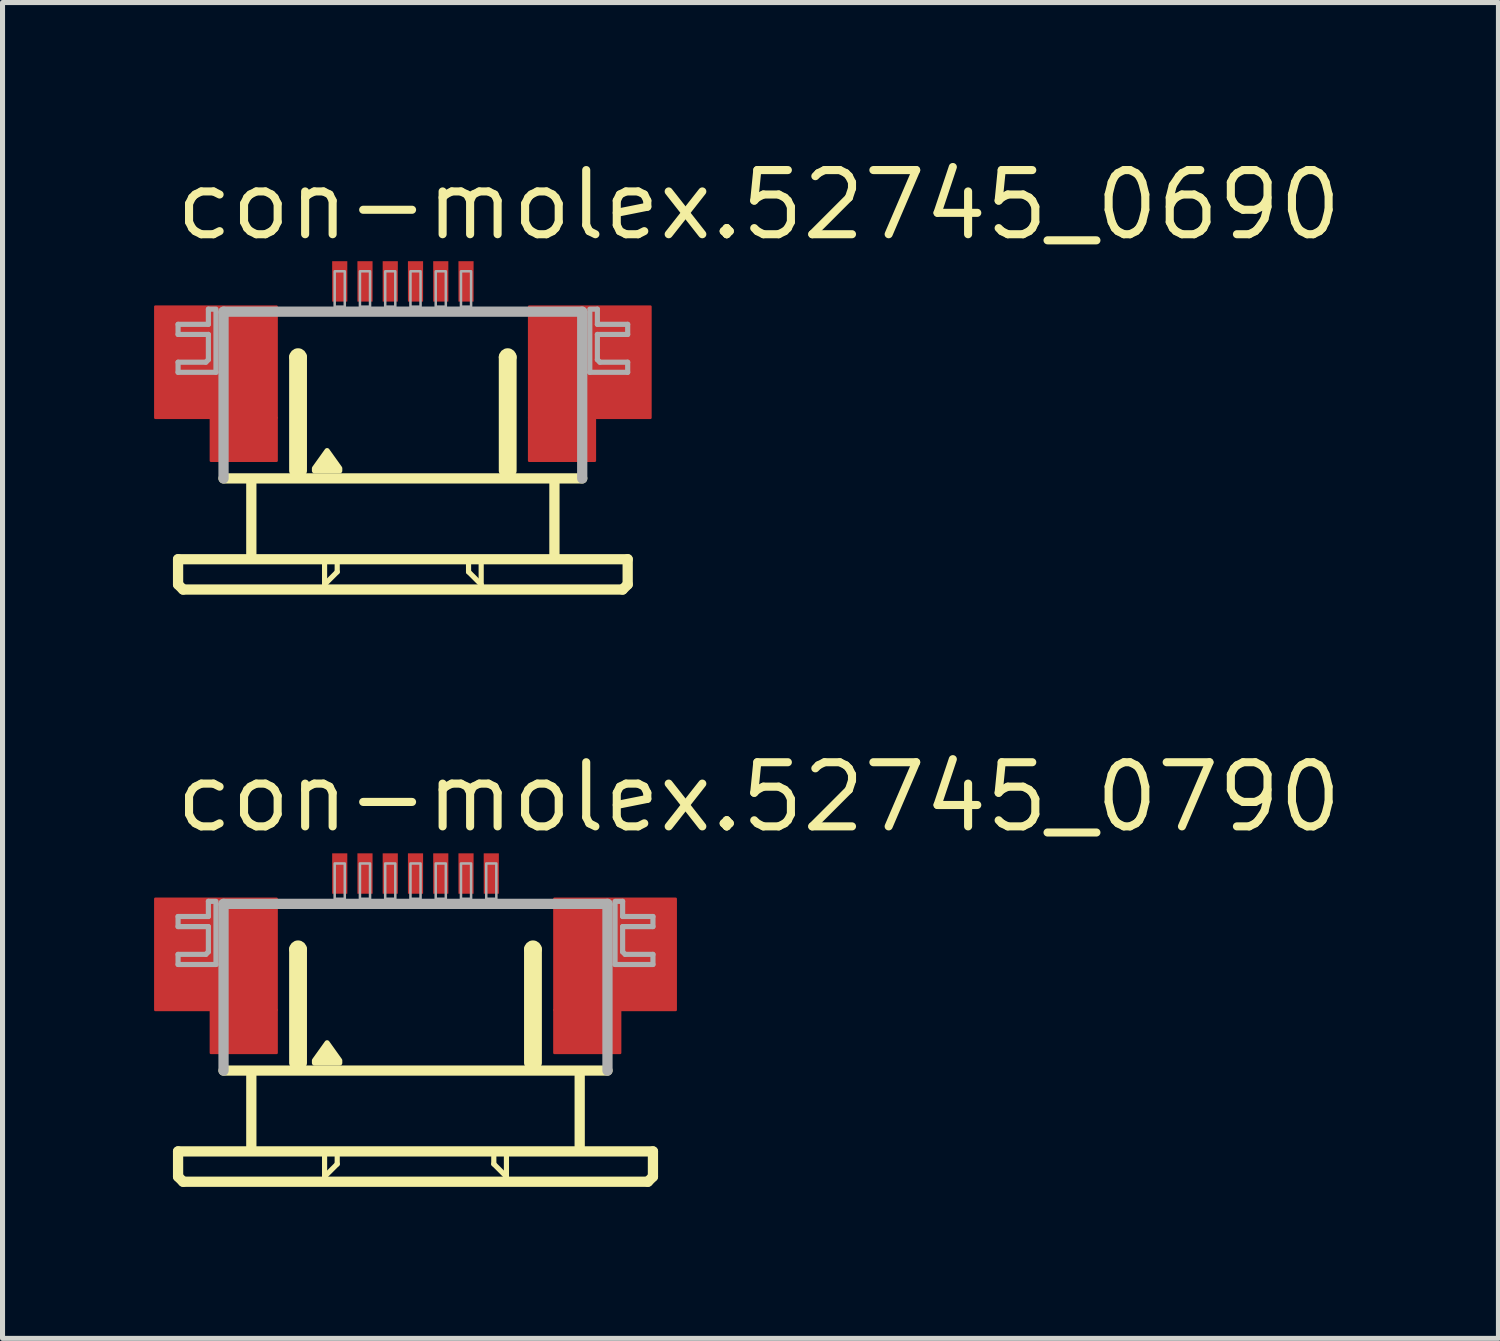
<source format=kicad_pcb>
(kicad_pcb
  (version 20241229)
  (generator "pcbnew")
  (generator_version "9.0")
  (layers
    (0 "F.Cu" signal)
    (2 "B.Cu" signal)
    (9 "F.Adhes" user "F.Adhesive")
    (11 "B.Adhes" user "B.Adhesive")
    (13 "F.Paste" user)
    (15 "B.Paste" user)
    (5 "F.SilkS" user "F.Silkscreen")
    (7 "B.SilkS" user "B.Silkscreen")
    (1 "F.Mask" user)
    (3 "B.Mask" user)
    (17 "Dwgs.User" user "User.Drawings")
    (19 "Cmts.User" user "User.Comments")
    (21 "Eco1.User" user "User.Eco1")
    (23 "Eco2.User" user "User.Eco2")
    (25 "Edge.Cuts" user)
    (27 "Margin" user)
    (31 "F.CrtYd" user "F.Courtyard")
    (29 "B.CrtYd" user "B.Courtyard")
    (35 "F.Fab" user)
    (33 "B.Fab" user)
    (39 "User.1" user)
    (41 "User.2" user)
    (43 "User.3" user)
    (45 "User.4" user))
  (footprint "con-molex.52745_0790"
    (layer "F.Cu")
    (at 5.175 16.742)
    (property "Reference" "con-molex.52745_0790" (at -4.83 -3.27 0) (layer "F.SilkS") (effects (font (size 1.27 1.27) (thickness 0.16)) (justify left bottom)))
    (attr smd)
    (fp_rect (start -5.15 0.2) (end -2.75 -2) (stroke (width 0.05) (type default)) (fill yes) (layer "F.Cu"))
    (fp_rect (start -4.05 1.05) (end -2.75 0.2) (stroke (width 0.05) (type default)) (fill yes) (layer "F.Cu"))
    (fp_rect (start 2.75 0.2) (end 5.15 -2) (stroke (width 0.05) (type default)) (fill yes) (layer "F.Cu"))
    (fp_rect (start 2.75 1.05) (end 4.05 0.2) (stroke (width 0.05) (type default)) (fill yes) (layer "F.Cu"))
    (fp_rect (start -5.15 0.2) (end -4 -2) (stroke (width 0.05) (type default)) (fill yes) (layer "F.Mask"))
    (fp_rect (start -4.05 1.05) (end -2.75 -2) (stroke (width 0.05) (type default)) (fill yes) (layer "F.Mask"))
    (fp_rect (start 2.75 1.05) (end 4.05 -2) (stroke (width 0.05) (type default)) (fill yes) (layer "F.Mask"))
    (fp_rect (start 4 0.2) (end 5.15 -2) (stroke (width 0.05) (type default)) (fill yes) (layer "F.Mask"))
    (fp_line (start -4.7 3) (end -4.7 3.5) (stroke (width 0.203) (type default)) (layer "F.SilkS"))
    (fp_line (start -4.7 3.5) (end -4.6 3.6) (stroke (width 0.203) (type default)) (layer "F.SilkS"))
    (fp_line (start -4.6 3.6) (end 4.6 3.6) (stroke (width 0.203) (type default)) (layer "F.SilkS"))
    (fp_line (start -3.25 1.5) (end -3.25 2.9) (stroke (width 0.203) (type default)) (layer "F.SilkS"))
    (fp_line (start -2.4 1.25) (end -2.4 -1) (stroke (width 0.203) (type default)) (layer "F.SilkS"))
    (fp_line (start -2.25 -1) (end -2.25 1.25) (stroke (width 0.203) (type default)) (layer "F.SilkS"))
    (fp_line (start -1.8 3.1) (end -1.8 3.5) (stroke (width 0.102) (type default)) (layer "F.SilkS"))
    (fp_line (start -1.8 3.5) (end -1.55 3.25) (stroke (width 0.102) (type default)) (layer "F.SilkS"))
    (fp_line (start -1.55 3.25) (end -1.55 3.1) (stroke (width 0.102) (type default)) (layer "F.SilkS"))
    (fp_line (start 1.55 3.1) (end 1.55 3.25) (stroke (width 0.102) (type default)) (layer "F.SilkS"))
    (fp_line (start 1.55 3.25) (end 1.8 3.5) (stroke (width 0.102) (type default)) (layer "F.SilkS"))
    (fp_line (start 1.8 3.5) (end 1.8 3.1) (stroke (width 0.102) (type default)) (layer "F.SilkS"))
    (fp_line (start 2.25 1.25) (end 2.25 -1) (stroke (width 0.203) (type default)) (layer "F.SilkS"))
    (fp_line (start 2.4 -1) (end 2.4 1.25) (stroke (width 0.203) (type default)) (layer "F.SilkS"))
    (fp_line (start 3.25 1.5) (end 3.25 2.9) (stroke (width 0.203) (type default)) (layer "F.SilkS"))
    (fp_line (start 3.8 1.4) (end -3.8 1.4) (stroke (width 0.203) (type default)) (layer "F.SilkS"))
    (fp_line (start 4.6 3.6) (end 4.7 3.5) (stroke (width 0.203) (type default)) (layer "F.SilkS"))
    (fp_line (start 4.7 3) (end -4.7 3) (stroke (width 0.203) (type default)) (layer "F.SilkS"))
    (fp_line (start 4.7 3.5) (end 4.7 3) (stroke (width 0.203) (type default)) (layer "F.SilkS"))
    (fp_arc (start -2.4 -1) (mid -2.325 -1.075) (end -2.25 -1) (stroke (width 0.2032) (type default)) (layer "F.SilkS"))
    (fp_arc (start 2.25 -1) (mid 2.325 -1.075) (end 2.4 -1) (stroke (width 0.2032) (type default)) (layer "F.SilkS"))
    (fp_poly (pts (xy -2 1.25) (xy -2 1.2) (xy -1.75 0.85) (xy -1.5 1.2) (xy -1.5 1.25)) (stroke (width 0.102) (type default)) (fill yes) (layer "F.SilkS"))
    (fp_rect (start -4.95 0.05) (end -2.95 -1.85) (stroke (width 0.05) (type default)) (fill yes) (layer "F.Paste"))
    (fp_rect (start 2.95 0.05) (end 4.95 -1.85) (stroke (width 0.05) (type default)) (fill yes) (layer "F.Paste"))
    (fp_line (start -4.7 -1.65) (end -4.7 -1.45) (stroke (width 0.102) (type default)) (layer "F.Fab"))
    (fp_line (start -4.7 -1.45) (end -4.1 -1.45) (stroke (width 0.102) (type default)) (layer "F.Fab"))
    (fp_line (start -4.7 -0.9) (end -4.7 -0.7) (stroke (width 0.102) (type default)) (layer "F.Fab"))
    (fp_line (start -4.7 -0.7) (end -3.95 -0.7) (stroke (width 0.102) (type default)) (layer "F.Fab"))
    (fp_line (start -4.15 -0.9) (end -4.7 -0.9) (stroke (width 0.102) (type default)) (layer "F.Fab"))
    (fp_line (start -4.1 -1.95) (end -4.1 -1.65) (stroke (width 0.102) (type default)) (layer "F.Fab"))
    (fp_line (start -4.1 -1.65) (end -4.7 -1.65) (stroke (width 0.102) (type default)) (layer "F.Fab"))
    (fp_line (start -4.1 -1.45) (end -4.1 -0.95) (stroke (width 0.102) (type default)) (layer "F.Fab"))
    (fp_line (start -4.1 -0.95) (end -4.15 -0.9) (stroke (width 0.102) (type default)) (layer "F.Fab"))
    (fp_line (start -3.95 -1.95) (end -4.1 -1.95) (stroke (width 0.102) (type default)) (layer "F.Fab"))
    (fp_line (start -3.95 -0.7) (end -3.95 -1.9) (stroke (width 0.102) (type default)) (layer "F.Fab"))
    (fp_line (start -3.8 -1.9) (end 3.8 -1.9) (stroke (width 0.203) (type default)) (layer "F.Fab"))
    (fp_line (start -3.8 1.4) (end -3.8 -1.9) (stroke (width 0.203) (type default)) (layer "F.Fab"))
    (fp_line (start 3.8 -1.9) (end 3.8 1.4) (stroke (width 0.203) (type default)) (layer "F.Fab"))
    (fp_line (start 3.95 -1.95) (end 4.1 -1.95) (stroke (width 0.102) (type default)) (layer "F.Fab"))
    (fp_line (start 3.95 -0.7) (end 3.95 -1.9) (stroke (width 0.102) (type default)) (layer "F.Fab"))
    (fp_line (start 4.1 -1.95) (end 4.1 -1.65) (stroke (width 0.102) (type default)) (layer "F.Fab"))
    (fp_line (start 4.1 -1.65) (end 4.7 -1.65) (stroke (width 0.102) (type default)) (layer "F.Fab"))
    (fp_line (start 4.1 -1.45) (end 4.1 -0.95) (stroke (width 0.102) (type default)) (layer "F.Fab"))
    (fp_line (start 4.1 -0.95) (end 4.15 -0.9) (stroke (width 0.102) (type default)) (layer "F.Fab"))
    (fp_line (start 4.15 -0.9) (end 4.7 -0.9) (stroke (width 0.102) (type default)) (layer "F.Fab"))
    (fp_line (start 4.7 -1.65) (end 4.7 -1.45) (stroke (width 0.102) (type default)) (layer "F.Fab"))
    (fp_line (start 4.7 -1.45) (end 4.1 -1.45) (stroke (width 0.102) (type default)) (layer "F.Fab"))
    (fp_line (start 4.7 -0.9) (end 4.7 -0.7) (stroke (width 0.102) (type default)) (layer "F.Fab"))
    (fp_line (start 4.7 -0.7) (end 3.95 -0.7) (stroke (width 0.102) (type default)) (layer "F.Fab"))
    (fp_rect (start -1.6 -2) (end -1.4 -2.7) (stroke (width 0.05) (type default)) (fill no) (layer "F.Fab"))
    (fp_rect (start -1.1 -2) (end -0.9 -2.7) (stroke (width 0.05) (type default)) (fill no) (layer "F.Fab"))
    (fp_rect (start -0.6 -2) (end -0.4 -2.7) (stroke (width 0.05) (type default)) (fill no) (layer "F.Fab"))
    (fp_rect (start -0.1 -2) (end 0.1 -2.7) (stroke (width 0.05) (type default)) (fill no) (layer "F.Fab"))
    (fp_rect (start 0.4 -2) (end 0.6 -2.7) (stroke (width 0.05) (type default)) (fill no) (layer "F.Fab"))
    (fp_rect (start 0.9 -2) (end 1.1 -2.7) (stroke (width 0.05) (type default)) (fill no) (layer "F.Fab"))
    (fp_rect (start 1.4 -2) (end 1.6 -2.7) (stroke (width 0.05) (type default)) (fill no) (layer "F.Fab"))
    (pad "1" smd roundrect (at -1.5 -2.5) (size 0.3 0.8) (layers "F.Cu" "F.Mask" "F.Paste") (roundrect_rratio 0.01))
    (pad "2" smd roundrect (at -1 -2.5) (size 0.3 0.8) (layers "F.Cu" "F.Mask" "F.Paste") (roundrect_rratio 0.01))
    (pad "3" smd roundrect (at -0.5 -2.5) (size 0.3 0.8) (layers "F.Cu" "F.Mask" "F.Paste") (roundrect_rratio 0.01))
    (pad "4" smd roundrect (at 0 -2.5) (size 0.3 0.8) (layers "F.Cu" "F.Mask" "F.Paste") (roundrect_rratio 0.01))
    (pad "5" smd roundrect (at 0.5 -2.5) (size 0.3 0.8) (layers "F.Cu" "F.Mask" "F.Paste") (roundrect_rratio 0.01))
    (pad "6" smd roundrect (at 1 -2.5) (size 0.3 0.8) (layers "F.Cu" "F.Mask" "F.Paste") (roundrect_rratio 0.01))
    (pad "7" smd roundrect (at 1.5 -2.5) (size 0.3 0.8) (layers "F.Cu" "F.Mask" "F.Paste") (roundrect_rratio 0.01)))
  (footprint "con-molex.52745_0690"
    (layer "F.Cu")
    (at 4.925 5.02)
    (property "Reference" "con-molex.52745_0690" (at -4.58 -3.27 0) (layer "F.SilkS") (effects (font (size 1.27 1.27) (thickness 0.16)) (justify left bottom)))
    (attr smd)
    (fp_rect (start -4.9 0.2) (end -2.5 -2) (stroke (width 0.05) (type default)) (fill yes) (layer "F.Cu"))
    (fp_rect (start -3.8 1.05) (end -2.5 0.2) (stroke (width 0.05) (type default)) (fill yes) (layer "F.Cu"))
    (fp_rect (start 2.5 0.2) (end 4.9 -2) (stroke (width 0.05) (type default)) (fill yes) (layer "F.Cu"))
    (fp_rect (start 2.5 1.05) (end 3.8 0.2) (stroke (width 0.05) (type default)) (fill yes) (layer "F.Cu"))
    (fp_rect (start -4.9 0.2) (end -3.75 -2) (stroke (width 0.05) (type default)) (fill yes) (layer "F.Mask"))
    (fp_rect (start -3.8 1.05) (end -2.5 -2) (stroke (width 0.05) (type default)) (fill yes) (layer "F.Mask"))
    (fp_rect (start 2.5 1.05) (end 3.8 -2) (stroke (width 0.05) (type default)) (fill yes) (layer "F.Mask"))
    (fp_rect (start 3.75 0.2) (end 4.9 -2) (stroke (width 0.05) (type default)) (fill yes) (layer "F.Mask"))
    (fp_line (start -4.45 3) (end -4.45 3.5) (stroke (width 0.203) (type default)) (layer "F.SilkS"))
    (fp_line (start -4.45 3.5) (end -4.35 3.6) (stroke (width 0.203) (type default)) (layer "F.SilkS"))
    (fp_line (start -4.35 3.6) (end 4.35 3.6) (stroke (width 0.203) (type default)) (layer "F.SilkS"))
    (fp_line (start -3 1.5) (end -3 2.9) (stroke (width 0.203) (type default)) (layer "F.SilkS"))
    (fp_line (start -2.15 1.25) (end -2.15 -1) (stroke (width 0.203) (type default)) (layer "F.SilkS"))
    (fp_line (start -2 -1) (end -2 1.25) (stroke (width 0.203) (type default)) (layer "F.SilkS"))
    (fp_line (start -1.55 3.1) (end -1.55 3.5) (stroke (width 0.102) (type default)) (layer "F.SilkS"))
    (fp_line (start -1.55 3.5) (end -1.3 3.25) (stroke (width 0.102) (type default)) (layer "F.SilkS"))
    (fp_line (start -1.3 3.25) (end -1.3 3.1) (stroke (width 0.102) (type default)) (layer "F.SilkS"))
    (fp_line (start 1.3 3.1) (end 1.3 3.25) (stroke (width 0.102) (type default)) (layer "F.SilkS"))
    (fp_line (start 1.3 3.25) (end 1.55 3.5) (stroke (width 0.102) (type default)) (layer "F.SilkS"))
    (fp_line (start 1.55 3.5) (end 1.55 3.1) (stroke (width 0.102) (type default)) (layer "F.SilkS"))
    (fp_line (start 2 1.25) (end 2 -1) (stroke (width 0.203) (type default)) (layer "F.SilkS"))
    (fp_line (start 2.15 -1) (end 2.15 1.25) (stroke (width 0.203) (type default)) (layer "F.SilkS"))
    (fp_line (start 3 1.5) (end 3 2.9) (stroke (width 0.203) (type default)) (layer "F.SilkS"))
    (fp_line (start 3.55 1.4) (end -3.55 1.4) (stroke (width 0.203) (type default)) (layer "F.SilkS"))
    (fp_line (start 4.35 3.6) (end 4.45 3.5) (stroke (width 0.203) (type default)) (layer "F.SilkS"))
    (fp_line (start 4.45 3) (end -4.45 3) (stroke (width 0.203) (type default)) (layer "F.SilkS"))
    (fp_line (start 4.45 3.5) (end 4.45 3) (stroke (width 0.203) (type default)) (layer "F.SilkS"))
    (fp_arc (start -2.15 -1) (mid -2.075 -1.075) (end -2 -1) (stroke (width 0.2032) (type default)) (layer "F.SilkS"))
    (fp_arc (start 2 -1) (mid 2.075 -1.075) (end 2.15 -1) (stroke (width 0.2032) (type default)) (layer "F.SilkS"))
    (fp_poly (pts (xy -1.75 1.25) (xy -1.75 1.2) (xy -1.5 0.85) (xy -1.25 1.2) (xy -1.25 1.25)) (stroke (width 0.102) (type default)) (fill yes) (layer "F.SilkS"))
    (fp_rect (start -4.7 0.05) (end -2.7 -1.85) (stroke (width 0.05) (type default)) (fill yes) (layer "F.Paste"))
    (fp_rect (start 2.7 0.05) (end 4.7 -1.85) (stroke (width 0.05) (type default)) (fill yes) (layer "F.Paste"))
    (fp_line (start -4.45 -1.65) (end -4.45 -1.45) (stroke (width 0.102) (type default)) (layer "F.Fab"))
    (fp_line (start -4.45 -1.45) (end -3.85 -1.45) (stroke (width 0.102) (type default)) (layer "F.Fab"))
    (fp_line (start -4.45 -0.9) (end -4.45 -0.7) (stroke (width 0.102) (type default)) (layer "F.Fab"))
    (fp_line (start -4.45 -0.7) (end -3.7 -0.7) (stroke (width 0.102) (type default)) (layer "F.Fab"))
    (fp_line (start -3.9 -0.9) (end -4.45 -0.9) (stroke (width 0.102) (type default)) (layer "F.Fab"))
    (fp_line (start -3.85 -1.95) (end -3.85 -1.65) (stroke (width 0.102) (type default)) (layer "F.Fab"))
    (fp_line (start -3.85 -1.65) (end -4.45 -1.65) (stroke (width 0.102) (type default)) (layer "F.Fab"))
    (fp_line (start -3.85 -1.45) (end -3.85 -0.95) (stroke (width 0.102) (type default)) (layer "F.Fab"))
    (fp_line (start -3.85 -0.95) (end -3.9 -0.9) (stroke (width 0.102) (type default)) (layer "F.Fab"))
    (fp_line (start -3.7 -1.95) (end -3.85 -1.95) (stroke (width 0.102) (type default)) (layer "F.Fab"))
    (fp_line (start -3.7 -0.7) (end -3.7 -1.9) (stroke (width 0.102) (type default)) (layer "F.Fab"))
    (fp_line (start -3.55 -1.9) (end 3.55 -1.9) (stroke (width 0.203) (type default)) (layer "F.Fab"))
    (fp_line (start -3.55 1.4) (end -3.55 -1.9) (stroke (width 0.203) (type default)) (layer "F.Fab"))
    (fp_line (start 3.55 -1.9) (end 3.55 1.4) (stroke (width 0.203) (type default)) (layer "F.Fab"))
    (fp_line (start 3.7 -1.95) (end 3.85 -1.95) (stroke (width 0.102) (type default)) (layer "F.Fab"))
    (fp_line (start 3.7 -0.7) (end 3.7 -1.9) (stroke (width 0.102) (type default)) (layer "F.Fab"))
    (fp_line (start 3.85 -1.95) (end 3.85 -1.65) (stroke (width 0.102) (type default)) (layer "F.Fab"))
    (fp_line (start 3.85 -1.65) (end 4.45 -1.65) (stroke (width 0.102) (type default)) (layer "F.Fab"))
    (fp_line (start 3.85 -1.45) (end 3.85 -0.95) (stroke (width 0.102) (type default)) (layer "F.Fab"))
    (fp_line (start 3.85 -0.95) (end 3.9 -0.9) (stroke (width 0.102) (type default)) (layer "F.Fab"))
    (fp_line (start 3.9 -0.9) (end 4.45 -0.9) (stroke (width 0.102) (type default)) (layer "F.Fab"))
    (fp_line (start 4.45 -1.65) (end 4.45 -1.45) (stroke (width 0.102) (type default)) (layer "F.Fab"))
    (fp_line (start 4.45 -1.45) (end 3.85 -1.45) (stroke (width 0.102) (type default)) (layer "F.Fab"))
    (fp_line (start 4.45 -0.9) (end 4.45 -0.7) (stroke (width 0.102) (type default)) (layer "F.Fab"))
    (fp_line (start 4.45 -0.7) (end 3.7 -0.7) (stroke (width 0.102) (type default)) (layer "F.Fab"))
    (fp_rect (start -1.35 -2) (end -1.15 -2.7) (stroke (width 0.05) (type default)) (fill no) (layer "F.Fab"))
    (fp_rect (start -0.85 -2) (end -0.65 -2.7) (stroke (width 0.05) (type default)) (fill no) (layer "F.Fab"))
    (fp_rect (start -0.35 -2) (end -0.15 -2.7) (stroke (width 0.05) (type default)) (fill no) (layer "F.Fab"))
    (fp_rect (start 0.15 -2) (end 0.35 -2.7) (stroke (width 0.05) (type default)) (fill no) (layer "F.Fab"))
    (fp_rect (start 0.65 -2) (end 0.85 -2.7) (stroke (width 0.05) (type default)) (fill no) (layer "F.Fab"))
    (fp_rect (start 1.15 -2) (end 1.35 -2.7) (stroke (width 0.05) (type default)) (fill no) (layer "F.Fab"))
    (pad "1" smd roundrect (at -1.25 -2.5) (size 0.3 0.8) (layers "F.Cu" "F.Mask" "F.Paste") (roundrect_rratio 0.01))
    (pad "2" smd roundrect (at -0.75 -2.5) (size 0.3 0.8) (layers "F.Cu" "F.Mask" "F.Paste") (roundrect_rratio 0.01))
    (pad "3" smd roundrect (at -0.25 -2.5) (size 0.3 0.8) (layers "F.Cu" "F.Mask" "F.Paste") (roundrect_rratio 0.01))
    (pad "4" smd roundrect (at 0.25 -2.5) (size 0.3 0.8) (layers "F.Cu" "F.Mask" "F.Paste") (roundrect_rratio 0.01))
    (pad "5" smd roundrect (at 0.75 -2.5) (size 0.3 0.8) (layers "F.Cu" "F.Mask" "F.Paste") (roundrect_rratio 0.01))
    (pad "6" smd roundrect (at 1.25 -2.5) (size 0.3 0.8) (layers "F.Cu" "F.Mask" "F.Paste") (roundrect_rratio 0.01)))
  (gr_rect
    (start -3 -3)
    (end 26.612 23.443)
    (stroke (width 0.1) (type default))
    (fill no)
    (layer "Edge.Cuts")))
</source>
